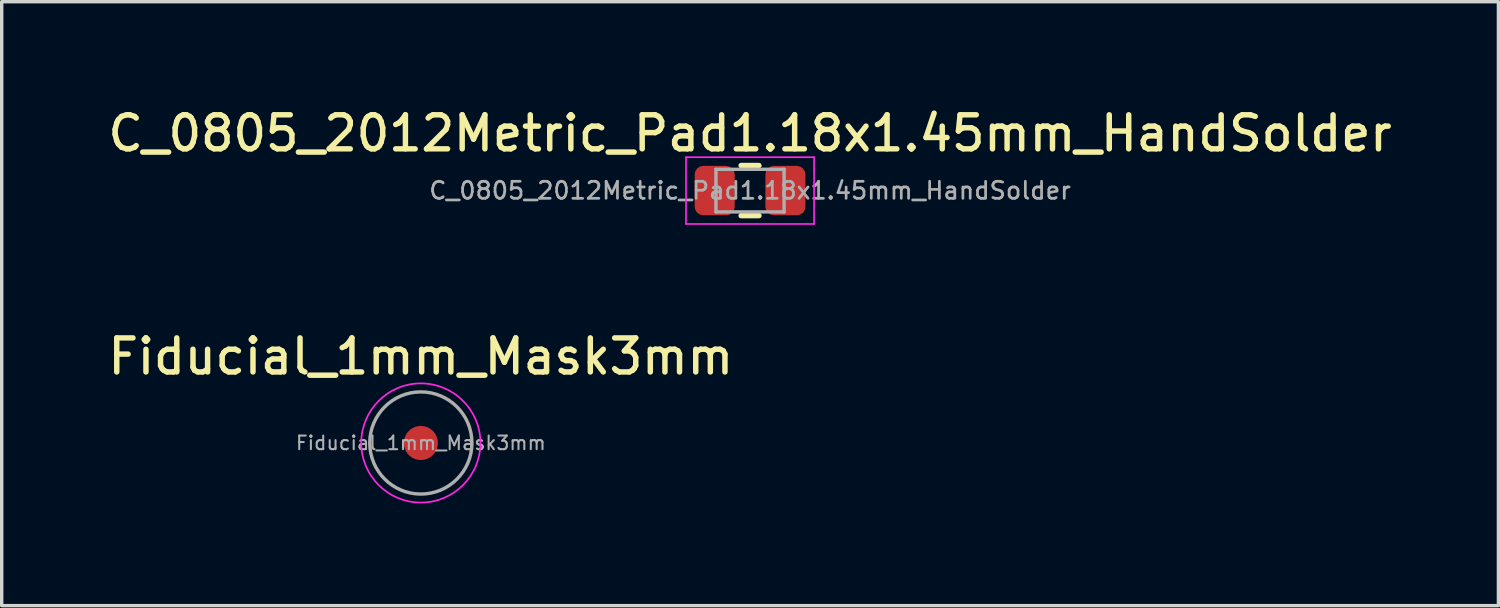
<source format=kicad_pcb>
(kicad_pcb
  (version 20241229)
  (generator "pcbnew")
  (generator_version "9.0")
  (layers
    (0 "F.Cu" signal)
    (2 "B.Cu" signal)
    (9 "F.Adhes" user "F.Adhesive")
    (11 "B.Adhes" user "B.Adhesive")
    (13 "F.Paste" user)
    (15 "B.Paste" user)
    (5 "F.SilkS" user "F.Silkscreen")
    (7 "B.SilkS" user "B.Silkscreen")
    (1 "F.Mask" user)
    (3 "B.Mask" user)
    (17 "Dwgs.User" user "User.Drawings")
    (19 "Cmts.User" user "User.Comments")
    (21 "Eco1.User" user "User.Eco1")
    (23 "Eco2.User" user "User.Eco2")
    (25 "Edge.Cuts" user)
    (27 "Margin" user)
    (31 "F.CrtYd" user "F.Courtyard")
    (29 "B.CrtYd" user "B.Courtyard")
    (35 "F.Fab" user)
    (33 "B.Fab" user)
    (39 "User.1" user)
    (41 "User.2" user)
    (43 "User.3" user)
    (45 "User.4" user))
  (footprint "C_0805_2012Metric_Pad1.18x1.45mm_HandSolder"
    (layer "F.Cu")
    (at 18.973 2.546)
    (property "Reference" "C_0805_2012Metric_Pad1.18x1.45mm_HandSolder" (at 0 -1.68 180) (layer "F.SilkS") (effects (font (size 1 1) (thickness 0.16))))
    (attr smd)
    (fp_line (start -0.261 -0.735) (end 0.261 -0.735) (stroke (width 0.16) (type solid)) (layer "F.SilkS"))
    (fp_line (start -0.261 0.735) (end 0.261 0.735) (stroke (width 0.16) (type solid)) (layer "F.SilkS"))
    (fp_line (start -1.88 -0.98) (end 1.88 -0.98) (stroke (width 0.05) (type solid)) (layer "F.CrtYd"))
    (fp_line (start -1.88 0.98) (end -1.88 -0.98) (stroke (width 0.05) (type solid)) (layer "F.CrtYd"))
    (fp_line (start 1.88 -0.98) (end 1.88 0.98) (stroke (width 0.05) (type solid)) (layer "F.CrtYd"))
    (fp_line (start 1.88 0.98) (end -1.88 0.98) (stroke (width 0.05) (type solid)) (layer "F.CrtYd"))
    (fp_line (start -1 -0.625) (end 1 -0.625) (stroke (width 0.1) (type solid)) (layer "F.Fab"))
    (fp_line (start -1 0.625) (end -1 -0.625) (stroke (width 0.1) (type solid)) (layer "F.Fab"))
    (fp_line (start 1 -0.625) (end 1 0.625) (stroke (width 0.1) (type solid)) (layer "F.Fab"))
    (fp_line (start 1 0.625) (end -1 0.625) (stroke (width 0.1) (type solid)) (layer "F.Fab"))
    (fp_text user "${REFERENCE}" (at 0 0 180) (layer "F.Fab") (effects (font (size 0.5 0.5) (thickness 0.08))))
    (pad "1" smd roundrect (at -1.038 0) (size 1.175 1.45) (layers "F.Cu" "F.Mask" "F.Paste") (roundrect_rratio 0.213))
    (pad "2" smd roundrect (at 1.038 0) (size 1.175 1.45) (layers "F.Cu" "F.Mask" "F.Paste") (roundrect_rratio 0.213)))
  (footprint "Fiducial_1mm_Mask3mm"
    (layer "F.Cu")
    (at 9.307 9.957)
    (property "Reference" "Fiducial_1mm_Mask3mm" (at 0 -2.54 0) (layer "F.SilkS") (effects (font (size 1 1) (thickness 0.16))))
    (attr smd)
    (fp_circle (center 0 0) (end 1.75 0) (stroke (width 0.05) (type solid)) (fill no) (layer "F.CrtYd"))
    (fp_circle (center 0 0) (end 1.5 0) (stroke (width 0.1) (type solid)) (fill no) (layer "F.Fab"))
    (fp_text user "${REFERENCE}" (at 0 0 0) (layer "F.Fab") (effects (font (size 0.4 0.4) (thickness 0.06))))
    (pad "" smd circle (at 0 0) (size 1 1) (layers "F.Cu" "F.Mask")))
  (gr_rect
    (start -3 -3)
    (end 40.947 14.732)
    (stroke (width 0.1) (type default))
    (fill no)
    (layer "Edge.Cuts")))
</source>
